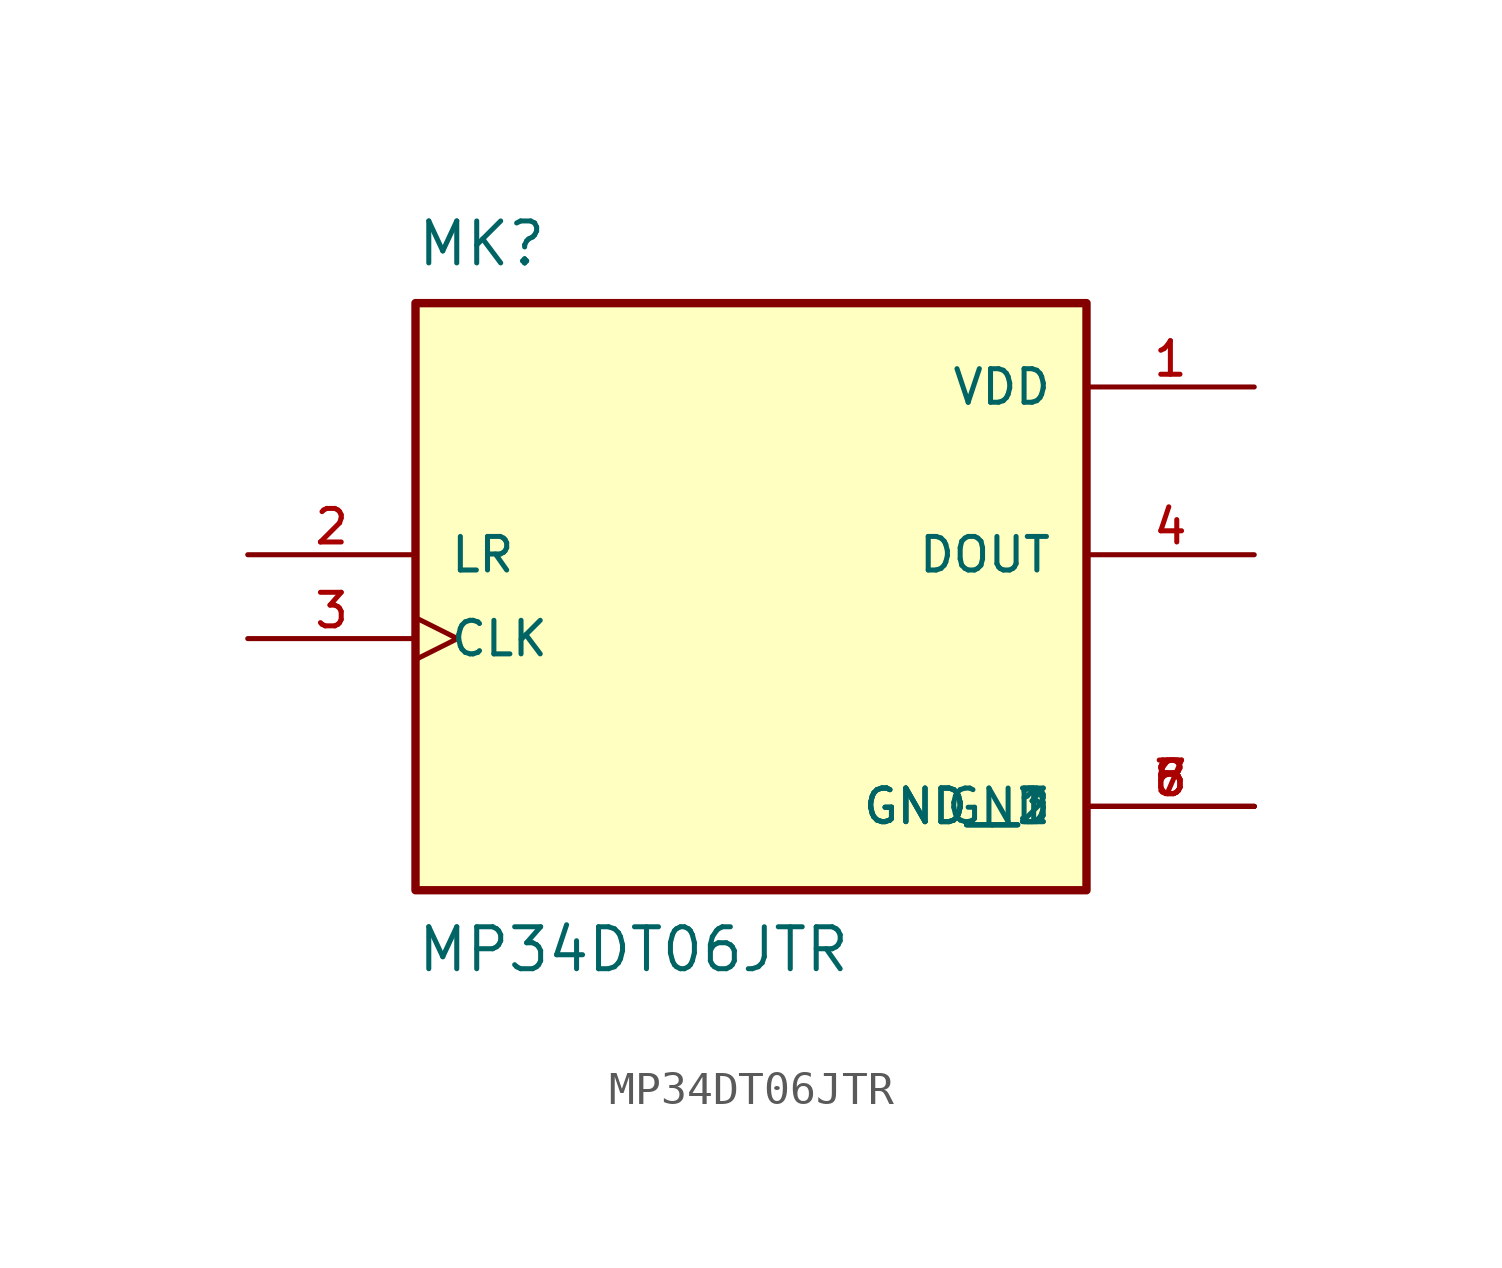
<source format=kicad_sym>
(kicad_symbol_lib
  (version 20231120)
  (generator "kicad_symbol_editor")
  (generator_version "8.0")
  (symbol "MP34DT06JTR"
    (pin_names
      (offset 1.016))
    (property "Reference" "MK"
      (at -10.16 10.16 0)
      (effects (font (size 1.27 1.27)) (justify left top)))
    (property "Value" "MP34DT06JTR"
      (at -10.16 -12.7 0)
      (effects (font (size 1.27 1.27)) (justify left bottom)))
    (symbol "MP34DT06JTR_0_0"
      (rectangle (start -10.16 -10.16) (end 10.16 7.62) (stroke (width 0.254) (type default)) (fill (type background)))
      (pin power_in line (at 15.24 5.08 180) (length 5.08) (name "VDD" (effects (font (size 1.016 1.016)))) (number "1" (effects (font (size 1.016 1.016)))))
      (pin input line (at -15.24 0 0) (length 5.08) (name "LR" (effects (font (size 1.016 1.016)))) (number "2" (effects (font (size 1.016 1.016)))))
      (pin input clock (at -15.24 -2.54 0) (length 5.08) (name "CLK" (effects (font (size 1.016 1.016)))) (number "3" (effects (font (size 1.016 1.016)))))
      (pin output line (at 15.24 0 180) (length 5.08) (name "DOUT" (effects (font (size 1.016 1.016)))) (number "4" (effects (font (size 1.016 1.016)))))
      (pin power_in line (at 15.24 -7.62 180) (length 5.08) (name "GND" (effects (font (size 1.016 1.016)))) (number "5" (effects (font (size 1.016 1.016)))))
      (pin power_in line (at 15.24 -7.62 180) (length 5.08) (name "GND__1" (effects (font (size 1.016 1.016)))) (number "6" (effects (font (size 1.016 1.016)))))
      (pin power_in line (at 15.24 -7.62 180) (length 5.08) (name "GND__2" (effects (font (size 1.016 1.016)))) (number "7" (effects (font (size 1.016 1.016)))))
      (pin power_in line (at 15.24 -7.62 180) (length 5.08) (name "GND__3" (effects (font (size 1.016 1.016)))) (number "8" (effects (font (size 1.016 1.016))))))))
</source>
